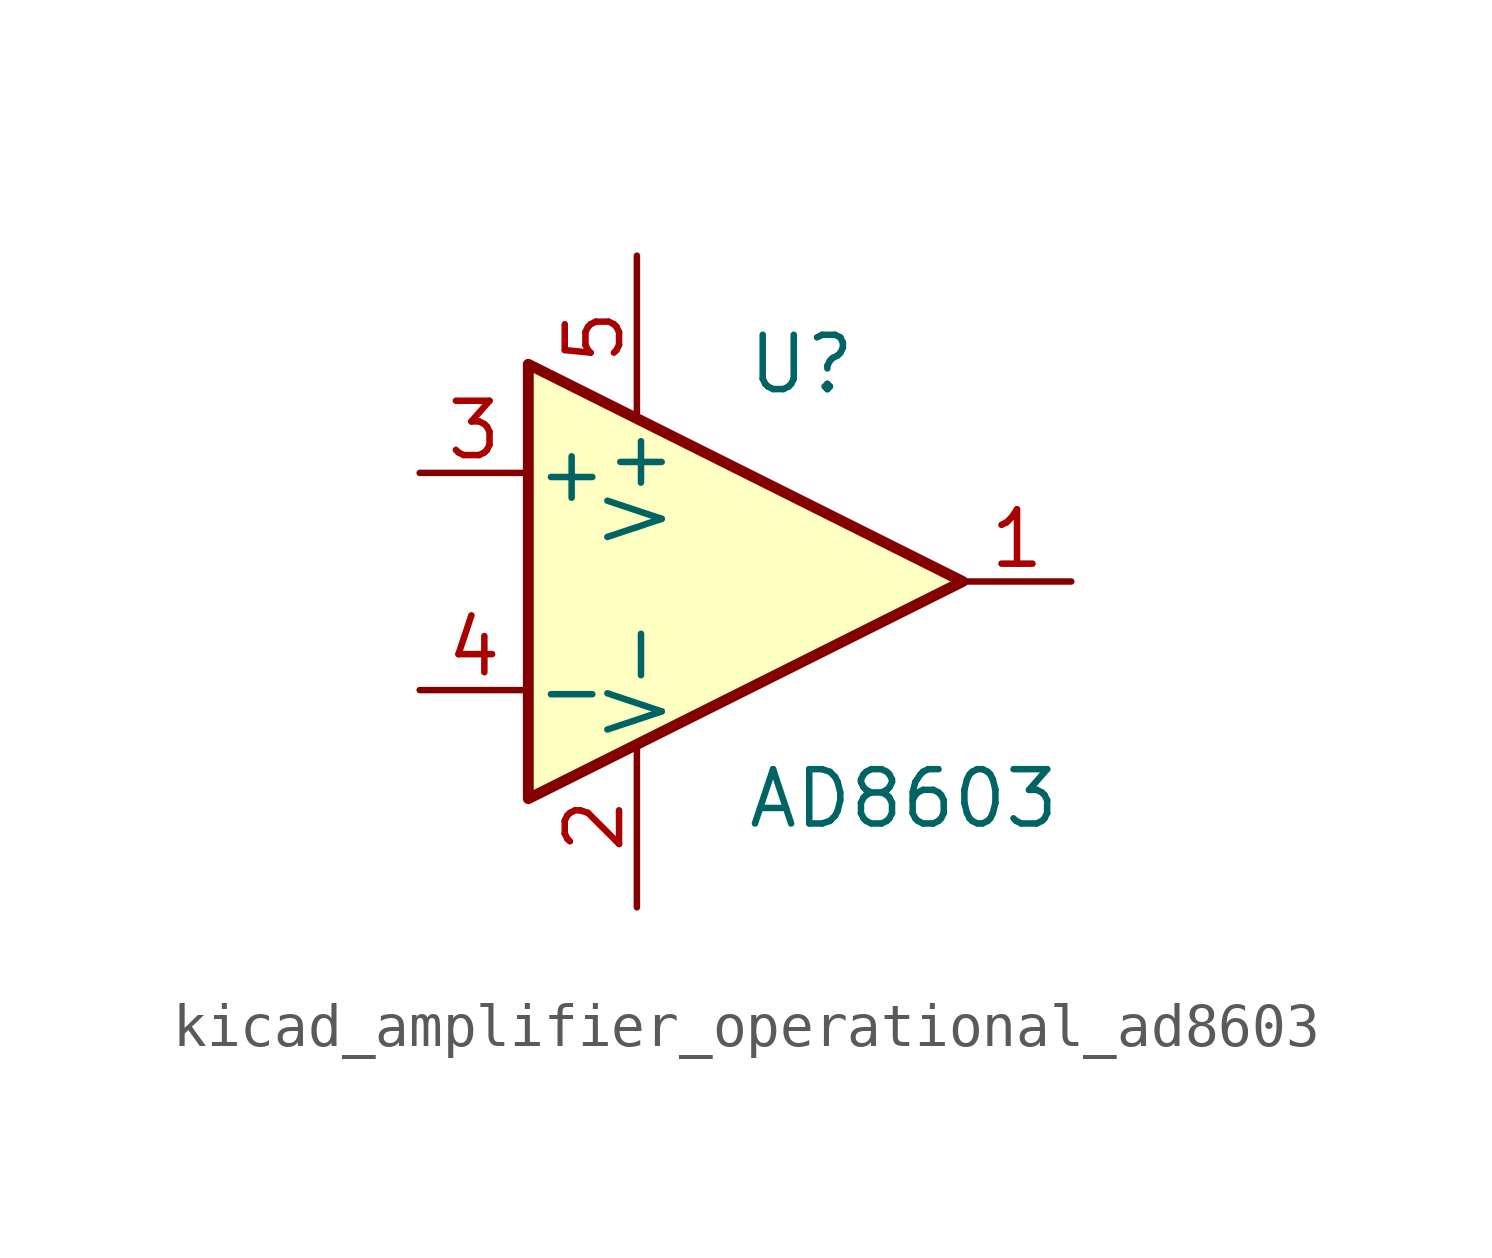
<source format=kicad_sym>
(kicad_symbol_lib
  (version 20220914)
  (generator kicad_symbol_editor)
  (symbol "kicad_amplifier_operational_ad8603"
    (pin_names
      (offset 0.127))
    (property "Reference" "U"
      (at 0 5.08 0)
      (effects (font (size 1.27 1.27)) (justify left)))
    (property "Value" "AD8603"
      (at 0 -5.08 0)
      (effects (font (size 1.27 1.27)) (justify left)))
    (symbol "kicad_amplifier_operational_ad8603_0_1"
      (polyline (pts (xy -5.08 5.08) (xy 5.08 0) (xy -5.08 -5.08) (xy -5.08 5.08)) (stroke (width 0.254) (type default)) (fill (type background)))
      (pin power_in line (at -2.54 -7.62 90) (length 3.81) (name "V-" (effects (font (size 1.27 1.27)))) (number "2" (effects (font (size 1.27 1.27)))))
      (pin power_in line (at -2.54 7.62 270) (length 3.81) (name "V+" (effects (font (size 1.27 1.27)))) (number "5" (effects (font (size 1.27 1.27))))))
    (symbol "kicad_amplifier_operational_ad8603_1_1"
      (pin output line (at 7.62 0 180) (length 2.54) (name "~" (effects (font (size 1.27 1.27)))) (number "1" (effects (font (size 1.27 1.27)))))
      (pin input line (at -7.62 2.54 0) (length 2.54) (name "+" (effects (font (size 1.27 1.27)))) (number "3" (effects (font (size 1.27 1.27)))))
      (pin input line (at -7.62 -2.54 0) (length 2.54) (name "-" (effects (font (size 1.27 1.27)))) (number "4" (effects (font (size 1.27 1.27))))))))
</source>
